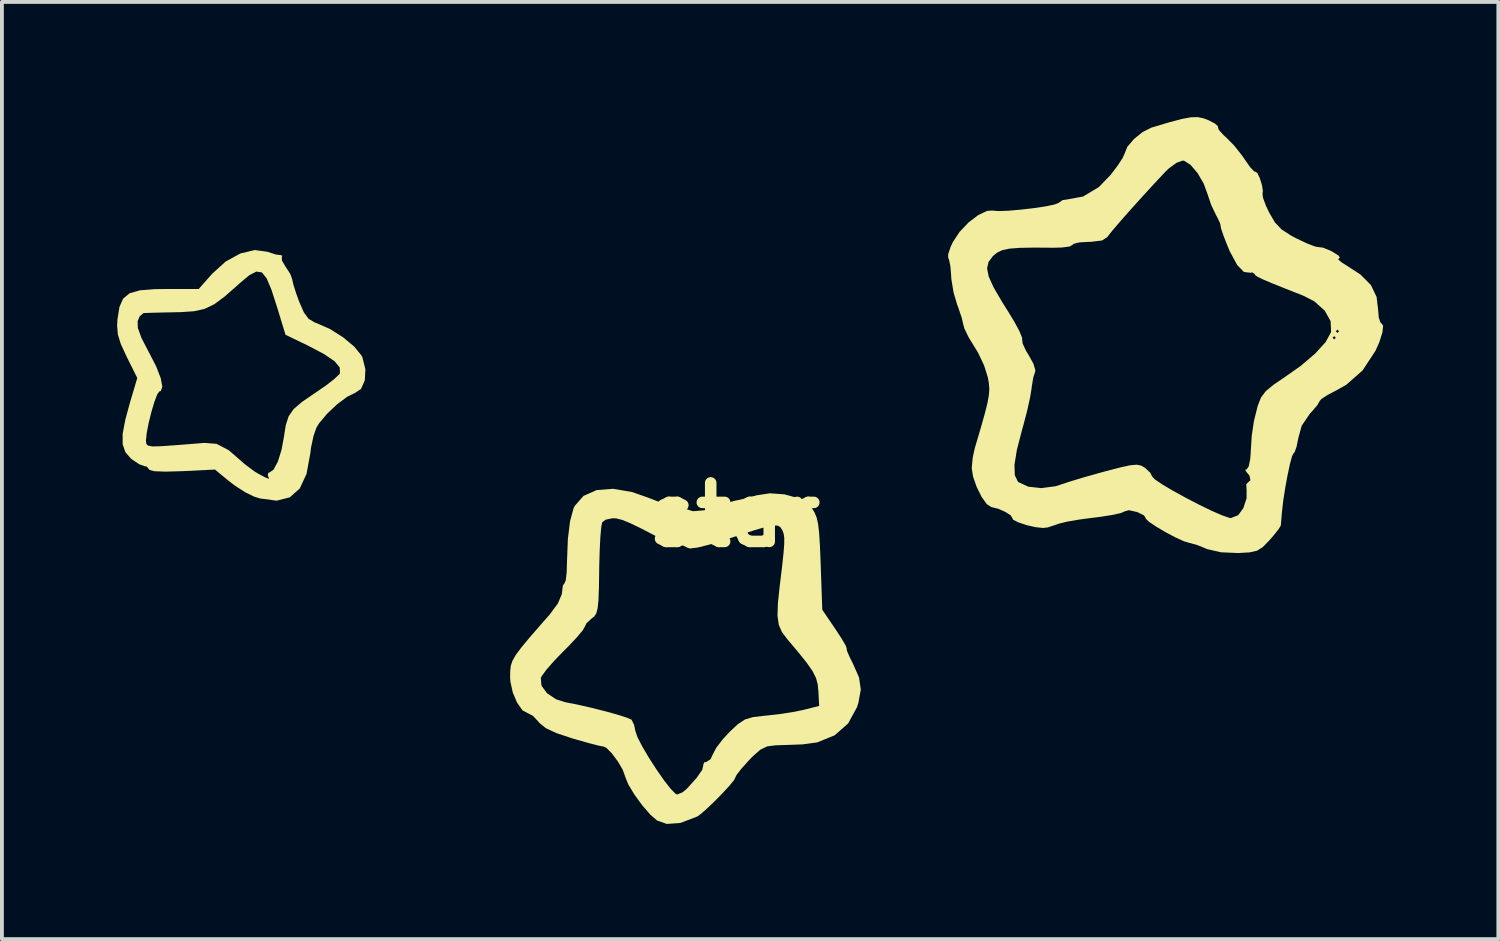
<source format=kicad_pcb>
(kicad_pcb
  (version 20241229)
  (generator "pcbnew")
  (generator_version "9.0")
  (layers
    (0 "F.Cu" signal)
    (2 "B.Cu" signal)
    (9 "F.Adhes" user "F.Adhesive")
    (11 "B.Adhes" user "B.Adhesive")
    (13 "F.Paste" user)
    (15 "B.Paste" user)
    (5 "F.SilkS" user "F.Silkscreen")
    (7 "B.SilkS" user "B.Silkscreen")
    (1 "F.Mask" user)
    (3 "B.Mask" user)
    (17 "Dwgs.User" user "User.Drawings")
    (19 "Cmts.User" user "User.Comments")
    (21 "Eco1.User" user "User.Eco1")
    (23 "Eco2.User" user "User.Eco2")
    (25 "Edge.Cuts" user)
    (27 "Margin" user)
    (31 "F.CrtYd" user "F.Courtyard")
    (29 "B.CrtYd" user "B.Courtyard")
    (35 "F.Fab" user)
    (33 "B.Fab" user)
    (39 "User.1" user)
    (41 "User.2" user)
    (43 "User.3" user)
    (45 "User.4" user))
  (footprint "star"
    (layer "F.Cu")
    (at 16.076 10.361)
    (property "Reference" "star" (at 0 0 0) (layer "F.SilkS") (effects (font (size 1.524 1.524) (thickness 0.3))))
    (attr board_only exclude_from_pos_files exclude_from_bom)
    (fp_poly (pts (xy -12.156 -6.853) (xy -12.145 -6.849) (xy -11.945 -6.783) (xy -11.812 -6.766) (xy -11.811 -6.767) (xy -11.771 -6.747) (xy -11.787 -6.727) (xy -11.783 -6.626) (xy -11.69 -6.465) (xy -11.681 -6.454) (xy -11.564 -6.273) (xy -11.515 -6.134) (xy -11.515 -6.134) (xy -11.486 -6.001) (xy -11.412 -5.768) (xy -11.335 -5.556) (xy -11.211 -5.273) (xy -11.089 -5.108) (xy -10.931 -5.014) (xy -10.878 -4.995) (xy -10.532 -4.842) (xy -10.19 -4.626) (xy -9.901 -4.385) (xy -9.712 -4.153) (xy -9.687 -4.102) (xy -9.61 -3.794) (xy -9.625 -3.506) (xy -9.723 -3.284) (xy -9.876 -3.18) (xy -10.087 -3.076) (xy -10.348 -2.88) (xy -10.606 -2.637) (xy -10.813 -2.391) (xy -10.883 -2.279) (xy -10.961 -2.058) (xy -11.025 -1.757) (xy -11.046 -1.595) (xy -11.143 -1.068) (xy -11.319 -0.69) (xy -11.578 -0.459) (xy -11.921 -0.372) (xy -12.352 -0.429) (xy -12.506 -0.477) (xy -12.734 -0.587) (xy -13.007 -0.763) (xy -13.157 -0.877) (xy -13.528 -1.182) (xy -14.384 -1.14) (xy -14.811 -1.128) (xy -15.097 -1.138) (xy -15.231 -1.17) (xy -15.24 -1.185) (xy -15.308 -1.261) (xy -15.362 -1.27) (xy -15.504 -1.322) (xy -15.692 -1.449) (xy -15.718 -1.471) (xy -15.86 -1.634) (xy -15.931 -1.838) (xy -15.932 -2.111) (xy -15.862 -2.483) (xy -15.743 -2.92) (xy -15.551 -3.566) (xy -15.828 -4.123) (xy -15.98 -4.452) (xy -16.057 -4.701) (xy -16.076 -4.937) (xy -16.069 -5.047) (xy -15.542 -5.047) (xy -15.537 -4.872) (xy -15.444 -4.614) (xy -15.255 -4.249) (xy -15.247 -4.235) (xy -15.057 -3.865) (xy -14.939 -3.558) (xy -14.898 -3.337) (xy -14.94 -3.226) (xy -14.976 -3.217) (xy -15.03 -3.142) (xy -15.104 -2.948) (xy -15.183 -2.683) (xy -15.255 -2.393) (xy -15.306 -2.128) (xy -15.325 -1.941) (xy -15.317 -1.854) (xy -15.27 -1.804) (xy -15.153 -1.784) (xy -14.931 -1.79) (xy -14.593 -1.814) (xy -14.258 -1.84) (xy -13.99 -1.861) (xy -13.833 -1.874) (xy -13.81 -1.877) (xy -13.486 -1.852) (xy -13.172 -1.688) (xy -12.996 -1.537) (xy -12.752 -1.323) (xy -12.509 -1.141) (xy -12.404 -1.076) (xy -12.205 -0.971) (xy -12.124 -0.942) (xy -12.129 -0.981) (xy -12.15 -1.016) (xy -12.144 -1.094) (xy -12.115 -1.101) (xy -12.002 -1.179) (xy -11.89 -1.389) (xy -11.794 -1.695) (xy -11.733 -2.025) (xy -11.683 -2.341) (xy -11.608 -2.571) (xy -11.479 -2.757) (xy -11.266 -2.94) (xy -10.938 -3.165) (xy -10.915 -3.18) (xy -10.635 -3.373) (xy -10.413 -3.546) (xy -10.286 -3.669) (xy -10.272 -3.692) (xy -10.278 -3.84) (xy -10.413 -4.004) (xy -10.69 -4.192) (xy -11.091 -4.403) (xy -11.69 -4.692) (xy -11.911 -5.415) (xy -12.056 -5.864) (xy -12.181 -6.16) (xy -12.304 -6.315) (xy -12.448 -6.339) (xy -12.632 -6.244) (xy -12.876 -6.041) (xy -12.936 -5.986) (xy -13.276 -5.687) (xy -13.545 -5.488) (xy -13.793 -5.368) (xy -14.067 -5.306) (xy -14.417 -5.282) (xy -14.563 -5.279) (xy -14.904 -5.272) (xy -15.186 -5.265) (xy -15.36 -5.259) (xy -15.387 -5.257) (xy -15.484 -5.179) (xy -15.542 -5.047) (xy -16.069 -5.047) (xy -16.066 -5.099) (xy -16.016 -5.414) (xy -15.92 -5.633) (xy -15.751 -5.773) (xy -15.482 -5.85) (xy -15.086 -5.881) (xy -14.805 -5.884) (xy -13.952 -5.884) (xy -13.601 -6.281) (xy -13.25 -6.599) (xy -12.868 -6.809) (xy -12.491 -6.899)) (stroke (width 0) (type solid)) (fill yes) (layer "F.SilkS"))
    (fp_poly (pts (xy -2.665 -0.597) (xy -2.27 -0.459) (xy -2.004 -0.356) (xy -1.803 -0.294) (xy -1.716 -0.288) (xy -1.619 -0.284) (xy -1.444 -0.214) (xy -1.433 -0.208) (xy -1.08 -0.097) (xy -0.702 -0.129) (xy -0.442 -0.219) (xy -0.195 -0.312) (xy 0.013 -0.371) (xy 0.042 -0.376) (xy 0.228 -0.415) (xy 0.487 -0.484) (xy 0.572 -0.51) (xy 0.928 -0.564) (xy 1.308 -0.536) (xy 1.66 -0.438) (xy 1.928 -0.282) (xy 2.014 -0.186) (xy 2.088 -0.063) (xy 2.142 0.066) (xy 2.18 0.233) (xy 2.207 0.468) (xy 2.228 0.801) (xy 2.247 1.264) (xy 2.252 1.425) (xy 2.289 2.469) (xy 2.629 2.97) (xy 2.789 3.214) (xy 2.894 3.392) (xy 2.924 3.47) (xy 2.922 3.471) (xy 2.931 3.538) (xy 3.006 3.71) (xy 3.088 3.873) (xy 3.247 4.234) (xy 3.292 4.549) (xy 3.23 4.891) (xy 3.19 5.013) (xy 2.961 5.432) (xy 2.611 5.739) (xy 2.157 5.924) (xy 1.778 5.975) (xy 1.449 5.987) (xy 1.121 5.998) (xy 1.064 6) (xy 0.854 6.027) (xy 0.675 6.114) (xy 0.474 6.291) (xy 0.365 6.405) (xy 0.18 6.612) (xy 0.059 6.766) (xy 0.028 6.829) (xy -0.007 6.903) (xy -0.134 7.058) (xy -0.32 7.259) (xy -0.532 7.474) (xy -0.738 7.669) (xy -0.904 7.811) (xy -0.974 7.857) (xy -1.407 8.022) (xy -1.762 8.047) (xy -2.013 7.958) (xy -2.19 7.805) (xy -2.399 7.563) (xy -2.603 7.283) (xy -2.764 7.016) (xy -2.845 6.814) (xy -2.847 6.804) (xy -2.911 6.63) (xy -3.039 6.414) (xy -3.192 6.209) (xy -3.332 6.067) (xy -3.4 6.034) (xy -3.529 6.009) (xy -3.775 5.946) (xy -4.094 5.856) (xy -4.229 5.817) (xy -4.637 5.681) (xy -4.91 5.553) (xy -5.077 5.418) (xy -5.103 5.384) (xy -5.248 5.231) (xy -5.374 5.165) (xy -5.376 5.165) (xy -5.518 5.089) (xy -5.657 4.893) (xy -5.771 4.626) (xy -5.834 4.337) (xy -5.84 4.245) (xy -5.041 4.245) (xy -5.025 4.445) (xy -4.88 4.643) (xy -4.644 4.801) (xy -4.41 4.876) (xy -4.093 4.938) (xy -3.731 5.02) (xy -3.368 5.112) (xy -3.044 5.201) (xy -2.801 5.279) (xy -2.68 5.332) (xy -2.677 5.334) (xy -2.612 5.468) (xy -2.579 5.625) (xy -2.524 5.787) (xy -2.398 6.032) (xy -2.225 6.325) (xy -2.028 6.631) (xy -1.831 6.913) (xy -1.657 7.136) (xy -1.529 7.264) (xy -1.491 7.281) (xy -1.353 7.225) (xy -1.24 7.133) (xy -0.984 6.849) (xy -0.837 6.637) (xy -0.809 6.512) (xy -0.811 6.508) (xy -0.787 6.444) (xy -0.734 6.435) (xy -0.622 6.363) (xy -0.56 6.232) (xy -0.474 6.066) (xy -0.302 5.842) (xy -0.126 5.651) (xy 0.094 5.446) (xy 0.275 5.327) (xy 0.483 5.265) (xy 0.786 5.229) (xy 0.827 5.226) (xy 1.2 5.184) (xy 1.574 5.124) (xy 1.803 5.076) (xy 2.208 4.974) (xy 2.188 4.594) (xy 2.17 4.411) (xy 2.126 4.246) (xy 2.037 4.069) (xy 1.886 3.852) (xy 1.655 3.564) (xy 1.374 3.231) (xy 1.238 3.05) (xy 1.157 2.863) (xy 1.123 2.631) (xy 1.132 2.315) (xy 1.178 1.873) (xy 1.181 1.847) (xy 1.241 1.355) (xy 1.279 1.002) (xy 1.298 0.759) (xy 1.299 0.599) (xy 1.284 0.491) (xy 1.254 0.409) (xy 1.251 0.402) (xy 1.202 0.323) (xy 1.132 0.278) (xy 1.015 0.273) (xy 0.824 0.31) (xy 0.535 0.394) (xy 0.123 0.527) (xy -0.087 0.597) (xy -0.589 0.756) (xy -0.943 0.847) (xy -1.154 0.873) (xy -1.216 0.856) (xy -1.375 0.779) (xy -1.526 0.744) (xy -1.741 0.684) (xy -1.996 0.576) (xy -2.032 0.558) (xy -2.435 0.348) (xy -2.722 0.21) (xy -2.925 0.128) (xy -3.074 0.091) (xy -3.166 0.085) (xy -3.353 0.123) (xy -3.442 0.191) (xy -3.467 0.311) (xy -3.49 0.566) (xy -3.508 0.92) (xy -3.52 1.339) (xy -3.521 1.436) (xy -3.528 1.898) (xy -3.54 2.22) (xy -3.562 2.432) (xy -3.597 2.564) (xy -3.65 2.644) (xy -3.715 2.695) (xy -3.852 2.82) (xy -3.895 2.91) (xy -3.952 3.008) (xy -4.105 3.19) (xy -4.325 3.424) (xy -4.441 3.539) (xy -4.692 3.797) (xy -4.896 4.031) (xy -5.021 4.202) (xy -5.041 4.245) (xy -5.84 4.245) (xy -5.841 4.223) (xy -5.838 4.061) (xy -5.823 3.927) (xy -5.779 3.796) (xy -5.693 3.645) (xy -5.548 3.451) (xy -5.331 3.19) (xy -5.026 2.839) (xy -4.805 2.587) (xy -4.597 2.304) (xy -4.494 2.062) (xy -4.487 2.001) (xy -4.467 1.837) (xy -4.424 1.778) (xy -4.392 1.701) (xy -4.368 1.498) (xy -4.359 1.212) (xy -4.359 1.206) (xy -4.337 0.63) (xy -4.28 0.163) (xy -4.19 -0.168) (xy -4.161 -0.232) (xy -3.929 -0.496) (xy -3.589 -0.647) (xy -3.161 -0.681)) (stroke (width 0) (type solid)) (fill yes) (layer "F.SilkS"))
    (fp_poly (pts (xy 12.214 -10.331) (xy 12.335 -10.286) (xy 12.516 -10.194) (xy 12.594 -10.122) (xy 12.591 -10.107) (xy 12.617 -10.027) (xy 12.742 -9.889) (xy 12.804 -9.835) (xy 13.015 -9.621) (xy 13.229 -9.351) (xy 13.295 -9.254) (xy 13.432 -9.058) (xy 13.535 -8.948) (xy 13.567 -8.939) (xy 13.62 -8.906) (xy 13.684 -8.77) (xy 13.739 -8.593) (xy 13.764 -8.436) (xy 13.754 -8.375) (xy 13.765 -8.266) (xy 13.84 -8.06) (xy 13.926 -7.878) (xy 14.077 -7.619) (xy 14.251 -7.435) (xy 14.504 -7.272) (xy 14.652 -7.194) (xy 14.917 -7.07) (xy 15.122 -6.991) (xy 15.222 -6.974) (xy 15.328 -6.962) (xy 15.518 -6.885) (xy 15.579 -6.853) (xy 15.733 -6.756) (xy 15.771 -6.696) (xy 15.748 -6.689) (xy 15.727 -6.65) (xy 15.834 -6.564) (xy 15.88 -6.537) (xy 16.304 -6.263) (xy 16.579 -5.985) (xy 16.725 -5.678) (xy 16.764 -5.357) (xy 16.782 -5.137) (xy 16.827 -5.009) (xy 16.85 -4.995) (xy 16.896 -4.926) (xy 16.875 -4.747) (xy 16.795 -4.496) (xy 16.697 -4.276) (xy 16.36 -3.763) (xy 15.932 -3.387) (xy 15.684 -3.248) (xy 15.445 -3.123) (xy 15.284 -3.016) (xy 15.24 -2.964) (xy 15.185 -2.864) (xy 15.048 -2.701) (xy 14.993 -2.645) (xy 14.774 -2.323) (xy 14.687 -2.003) (xy 14.64 -1.772) (xy 14.588 -1.63) (xy 14.565 -1.609) (xy 14.524 -1.532) (xy 14.469 -1.328) (xy 14.407 -1.039) (xy 14.346 -0.706) (xy 14.294 -0.371) (xy 14.26 -0.073) (xy 14.257 -0.042) (xy 14.241 0.159) (xy 14.231 0.275) (xy 14.174 0.369) (xy 14.038 0.54) (xy 13.936 0.658) (xy 13.764 0.834) (xy 13.613 0.931) (xy 13.419 0.975) (xy 13.12 0.992) (xy 13.11 0.992) (xy 12.667 0.972) (xy 12.318 0.891) (xy 12.277 0.874) (xy 12.049 0.783) (xy 11.873 0.732) (xy 11.853 0.729) (xy 11.706 0.685) (xy 11.485 0.584) (xy 11.233 0.451) (xy 10.992 0.309) (xy 10.805 0.184) (xy 10.714 0.098) (xy 10.712 0.082) (xy 10.67 0.014) (xy 10.513 -0.066) (xy 10.483 -0.077) (xy 10.272 -0.124) (xy 10.165 -0.093) (xy 10.064 -0.049) (xy 9.836 0.001) (xy 9.519 0.051) (xy 9.337 0.073) (xy 8.973 0.121) (xy 8.658 0.176) (xy 8.443 0.229) (xy 8.391 0.249) (xy 8.165 0.324) (xy 8.038 0.339) (xy 7.836 0.317) (xy 7.603 0.263) (xy 7.394 0.193) (xy 7.259 0.124) (xy 7.239 0.084) (xy 7.199 0.013) (xy 7.057 -0.079) (xy 6.87 -0.162) (xy 6.697 -0.204) (xy 6.689 -0.205) (xy 6.571 -0.284) (xy 6.436 -0.476) (xy 6.309 -0.73) (xy 6.216 -0.997) (xy 6.181 -1.218) (xy 6.207 -1.492) (xy 6.258 -1.73) (xy 6.411 -2.247) (xy 6.52 -2.632) (xy 6.591 -2.914) (xy 6.628 -3.122) (xy 6.639 -3.286) (xy 6.627 -3.434) (xy 6.601 -3.58) (xy 6.503 -3.895) (xy 6.343 -4.232) (xy 6.254 -4.376) (xy 6.1 -4.627) (xy 5.993 -4.848) (xy 5.965 -4.945) (xy 5.921 -5.133) (xy 5.835 -5.389) (xy 5.802 -5.477) (xy 5.708 -5.794) (xy 5.65 -6.148) (xy 5.645 -6.239) (xy 5.63 -6.423) (xy 6.581 -6.423) (xy 6.623 -6.209) (xy 6.752 -5.924) (xy 6.975 -5.543) (xy 7.112 -5.326) (xy 7.294 -5.027) (xy 7.427 -4.778) (xy 7.493 -4.614) (xy 7.494 -4.573) (xy 7.508 -4.462) (xy 7.598 -4.269) (xy 7.667 -4.157) (xy 7.787 -3.94) (xy 7.838 -3.772) (xy 7.831 -3.724) (xy 7.785 -3.583) (xy 7.746 -3.353) (xy 7.74 -3.294) (xy 7.701 -3.057) (xy 7.626 -2.72) (xy 7.528 -2.344) (xy 7.494 -2.224) (xy 7.357 -1.696) (xy 7.294 -1.305) (xy 7.303 -1.034) (xy 7.383 -0.869) (xy 7.401 -0.853) (xy 7.654 -0.736) (xy 7.994 -0.699) (xy 8.359 -0.747) (xy 8.489 -0.787) (xy 8.73 -0.867) (xy 9.077 -0.973) (xy 9.474 -1.085) (xy 9.675 -1.14) (xy 10.056 -1.239) (xy 10.311 -1.294) (xy 10.478 -1.309) (xy 10.592 -1.286) (xy 10.691 -1.23) (xy 10.691 -1.229) (xy 10.831 -1.099) (xy 10.88 -1.002) (xy 10.951 -0.926) (xy 11.142 -0.796) (xy 11.418 -0.632) (xy 11.746 -0.452) (xy 12.091 -0.273) (xy 12.419 -0.113) (xy 12.695 0.008) (xy 12.886 0.074) (xy 12.931 0.081) (xy 13.121 0.006) (xy 13.255 -0.178) (xy 13.339 -0.433) (xy 13.34 -0.644) (xy 13.331 -0.798) (xy 13.376 -0.847) (xy 13.439 -0.903) (xy 13.415 -1.024) (xy 13.335 -1.121) (xy 13.301 -1.177) (xy 13.339 -1.184) (xy 13.394 -1.261) (xy 13.434 -1.455) (xy 13.444 -1.587) (xy 13.474 -2.063) (xy 13.531 -2.448) (xy 13.625 -2.823) (xy 13.633 -2.851) (xy 13.714 -3.057) (xy 13.839 -3.224) (xy 14.048 -3.396) (xy 14.281 -3.553) (xy 14.75 -3.882) (xy 15.129 -4.206) (xy 15.399 -4.504) (xy 15.459 -4.614) (xy 15.579 -4.614) (xy 15.621 -4.572) (xy 15.663 -4.614) (xy 15.621 -4.657) (xy 15.579 -4.614) (xy 15.459 -4.614) (xy 15.537 -4.756) (xy 15.541 -4.77) (xy 15.54 -4.784) (xy 15.663 -4.784) (xy 15.706 -4.741) (xy 15.748 -4.784) (xy 15.706 -4.826) (xy 15.663 -4.784) (xy 15.54 -4.784) (xy 15.528 -5.047) (xy 15.374 -5.322) (xy 15.104 -5.563) (xy 14.827 -5.706) (xy 14.346 -5.896) (xy 14.002 -6.034) (xy 13.771 -6.132) (xy 13.633 -6.198) (xy 13.566 -6.243) (xy 13.547 -6.276) (xy 13.547 -6.278) (xy 13.485 -6.317) (xy 13.441 -6.307) (xy 13.27 -6.328) (xy 13.093 -6.511) (xy 12.905 -6.859) (xy 12.841 -7.01) (xy 12.738 -7.273) (xy 12.674 -7.462) (xy 12.662 -7.535) (xy 12.662 -7.535) (xy 12.648 -7.6) (xy 12.571 -7.76) (xy 12.543 -7.811) (xy 12.418 -8.074) (xy 12.33 -8.332) (xy 12.328 -8.34) (xy 12.222 -8.63) (xy 12.062 -8.904) (xy 11.882 -9.116) (xy 11.713 -9.224) (xy 11.676 -9.229) (xy 11.513 -9.17) (xy 11.311 -9.022) (xy 11.232 -8.946) (xy 10.935 -8.629) (xy 10.625 -8.291) (xy 10.326 -7.959) (xy 10.062 -7.66) (xy 9.857 -7.421) (xy 9.734 -7.268) (xy 9.714 -7.237) (xy 9.572 -7.147) (xy 9.277 -7.112) (xy 9.224 -7.112) (xy 8.984 -7.098) (xy 8.833 -7.061) (xy 8.805 -7.033) (xy 8.729 -6.991) (xy 8.53 -6.965) (xy 8.319 -6.959) (xy 7.801 -6.963) (xy 7.424 -6.956) (xy 7.159 -6.935) (xy 6.975 -6.895) (xy 6.844 -6.833) (xy 6.737 -6.745) (xy 6.731 -6.739) (xy 6.62 -6.591) (xy 6.581 -6.423) (xy 5.63 -6.423) (xy 5.624 -6.486) (xy 5.589 -6.656) (xy 5.569 -6.692) (xy 5.567 -6.788) (xy 5.631 -6.979) (xy 5.688 -7.104) (xy 5.864 -7.371) (xy 6.099 -7.618) (xy 6.354 -7.812) (xy 6.586 -7.92) (xy 6.718 -7.927) (xy 6.881 -7.914) (xy 7.145 -7.924) (xy 7.467 -7.952) (xy 7.803 -7.991) (xy 8.108 -8.037) (xy 8.338 -8.085) (xy 8.449 -8.129) (xy 8.453 -8.134) (xy 8.549 -8.2) (xy 8.644 -8.213) (xy 9.082 -8.293) (xy 9.489 -8.537) (xy 9.8 -8.858) (xy 9.983 -9.1) (xy 10.114 -9.301) (xy 10.163 -9.414) (xy 10.234 -9.588) (xy 10.407 -9.791) (xy 10.632 -9.973) (xy 10.86 -10.087) (xy 11.318 -10.224) (xy 11.649 -10.312) (xy 11.886 -10.356) (xy 12.064 -10.361)) (stroke (width 0) (type solid)) (fill yes) (layer "F.SilkS")))
  (gr_rect
    (start -3 -3)
    (end 35.972 21.408)
    (stroke (width 0.1) (type default))
    (fill no)
    (layer "Edge.Cuts")))
</source>
